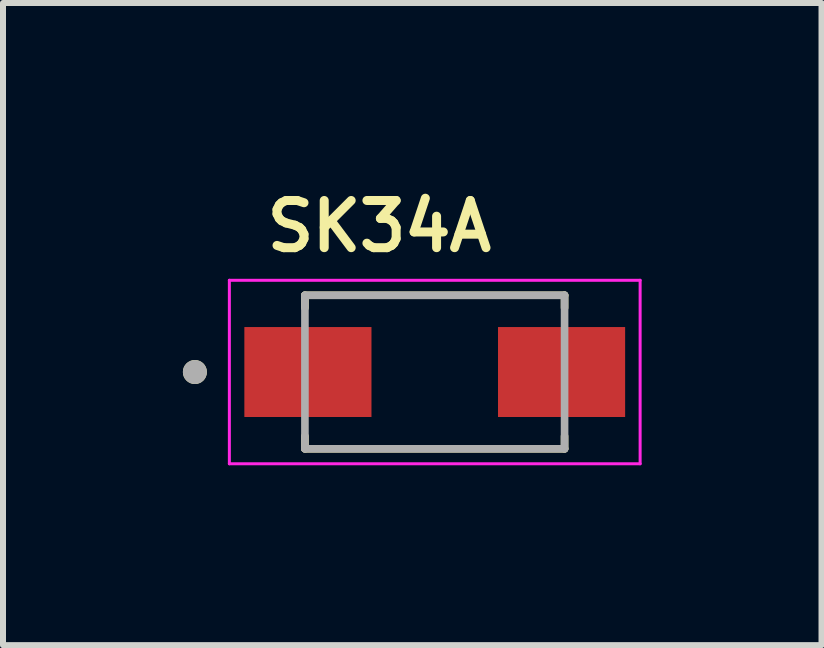
<source format=kicad_pcb>
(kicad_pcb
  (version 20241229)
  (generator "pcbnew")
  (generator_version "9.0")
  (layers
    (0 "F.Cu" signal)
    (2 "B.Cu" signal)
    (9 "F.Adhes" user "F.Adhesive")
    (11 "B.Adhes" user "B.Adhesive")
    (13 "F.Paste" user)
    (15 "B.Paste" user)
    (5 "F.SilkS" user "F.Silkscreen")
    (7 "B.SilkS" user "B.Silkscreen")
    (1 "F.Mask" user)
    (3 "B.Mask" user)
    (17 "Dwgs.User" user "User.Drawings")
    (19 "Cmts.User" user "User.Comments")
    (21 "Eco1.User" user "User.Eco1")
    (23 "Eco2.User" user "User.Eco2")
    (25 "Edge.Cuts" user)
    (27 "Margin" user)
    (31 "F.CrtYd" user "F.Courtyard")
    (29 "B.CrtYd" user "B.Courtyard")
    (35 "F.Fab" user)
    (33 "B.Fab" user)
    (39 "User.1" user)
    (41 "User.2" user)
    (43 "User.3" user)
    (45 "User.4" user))
  (footprint "SK34A"
    (layer "F.Cu")
    (at 4.2 3.154)
    (property "Reference" "SK34A" (at -0.925 -2.43 0) (layer "F.SilkS") (effects (font (size 0.787 0.787) (thickness 0.15))))
    (attr smd)
    (fp_line (start -2.165 -1.28) (end -2.165 -1.07) (stroke (width 0.127) (type solid)) (layer "F.SilkS"))
    (fp_line (start -2.165 1.28) (end -2.165 1.07) (stroke (width 0.127) (type solid)) (layer "F.SilkS"))
    (fp_line (start -2.165 1.28) (end 2.165 1.28) (stroke (width 0.127) (type solid)) (layer "F.SilkS"))
    (fp_line (start 2.165 -1.28) (end -2.165 -1.28) (stroke (width 0.127) (type solid)) (layer "F.SilkS"))
    (fp_line (start 2.165 -1.07) (end 2.165 -1.28) (stroke (width 0.127) (type solid)) (layer "F.SilkS"))
    (fp_line (start 2.165 1.28) (end 2.165 1.07) (stroke (width 0.127) (type solid)) (layer "F.SilkS"))
    (fp_circle (center -4 0) (end -3.9 0) (stroke (width 0.2) (type solid)) (fill no) (layer "F.SilkS"))
    (fp_line (start -3.425 -1.53) (end -3.425 1.53) (stroke (width 0.05) (type solid)) (layer "F.CrtYd"))
    (fp_line (start -3.425 1.53) (end 3.425 1.53) (stroke (width 0.05) (type solid)) (layer "F.CrtYd"))
    (fp_line (start 3.425 -1.53) (end -3.425 -1.53) (stroke (width 0.05) (type solid)) (layer "F.CrtYd"))
    (fp_line (start 3.425 1.53) (end 3.425 -1.53) (stroke (width 0.05) (type solid)) (layer "F.CrtYd"))
    (fp_line (start -2.165 -1.28) (end -2.165 1.28) (stroke (width 0.127) (type solid)) (layer "F.Fab"))
    (fp_line (start -2.165 1.28) (end 2.165 1.28) (stroke (width 0.127) (type solid)) (layer "F.Fab"))
    (fp_line (start 2.165 -1.28) (end -2.165 -1.28) (stroke (width 0.127) (type solid)) (layer "F.Fab"))
    (fp_line (start 2.165 1.28) (end 2.165 -1.28) (stroke (width 0.127) (type solid)) (layer "F.Fab"))
    (fp_circle (center -4 0) (end -3.9 0) (stroke (width 0.2) (type solid)) (fill no) (layer "F.Fab"))
    (pad "A" smd rect (at 2.115 0) (size 2.12 1.5) (layers "F.Cu" "F.Mask" "F.Paste"))
    (pad "C" smd rect (at -2.115 0) (size 2.12 1.5) (layers "F.Cu" "F.Mask" "F.Paste")))
  (gr_rect
    (start -3 -3)
    (end 10.65 7.709)
    (stroke (width 0.1) (type default))
    (fill no)
    (layer "Edge.Cuts")))
</source>
